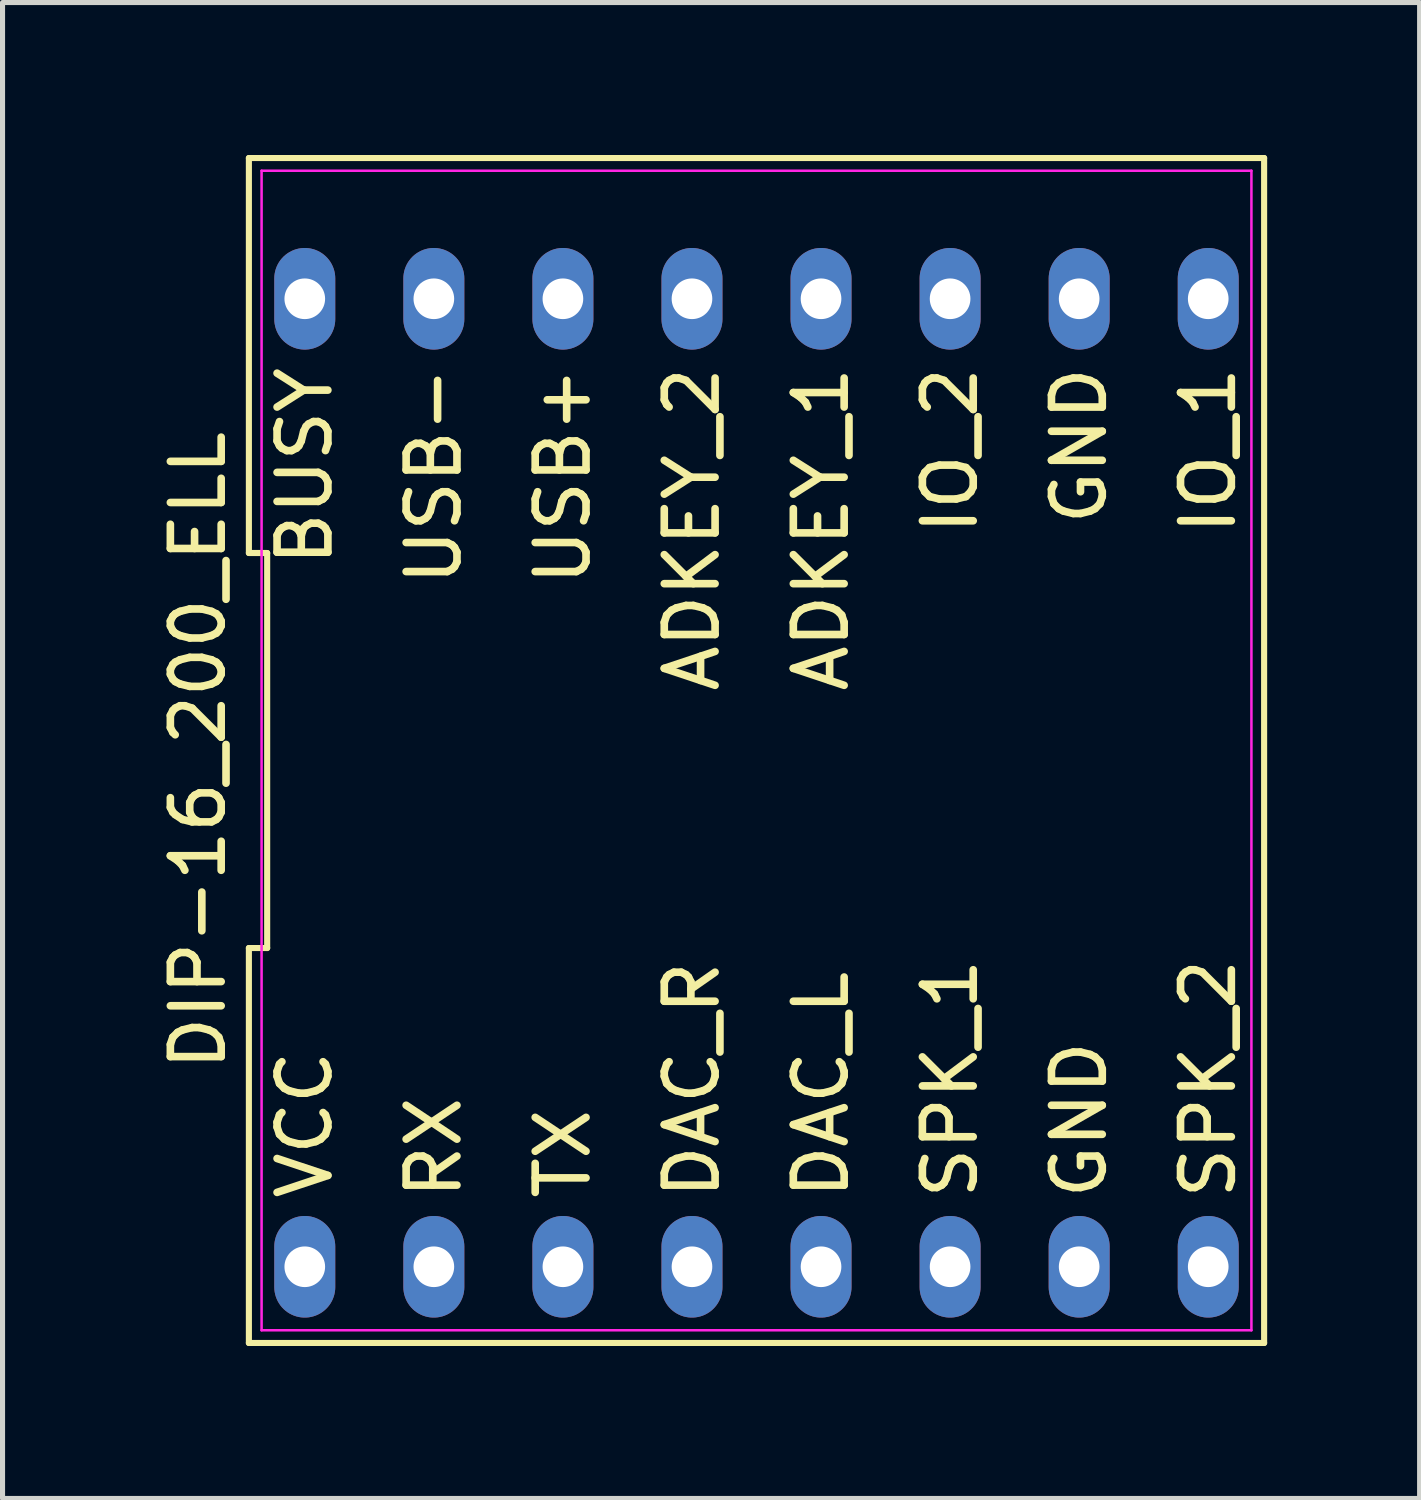
<source format=kicad_pcb>
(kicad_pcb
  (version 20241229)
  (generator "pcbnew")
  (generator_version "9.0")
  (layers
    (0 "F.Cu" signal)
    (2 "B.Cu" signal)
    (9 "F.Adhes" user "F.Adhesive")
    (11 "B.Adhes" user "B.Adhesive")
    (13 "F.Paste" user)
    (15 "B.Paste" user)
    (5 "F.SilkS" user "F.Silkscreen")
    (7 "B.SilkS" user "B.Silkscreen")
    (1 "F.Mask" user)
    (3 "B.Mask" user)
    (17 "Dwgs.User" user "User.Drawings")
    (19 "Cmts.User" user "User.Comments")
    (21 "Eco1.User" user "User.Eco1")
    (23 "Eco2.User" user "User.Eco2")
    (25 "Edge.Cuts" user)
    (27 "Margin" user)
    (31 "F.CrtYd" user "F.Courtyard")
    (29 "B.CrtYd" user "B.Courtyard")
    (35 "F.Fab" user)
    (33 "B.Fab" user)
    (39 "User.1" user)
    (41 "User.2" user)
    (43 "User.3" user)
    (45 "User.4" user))
  (footprint "DIP-16_200_ELL"
    (layer "F.Cu")
    (at 11.838 11.72)
    (property "Reference" "DIP-16_200_ELL" (at -10.99 0 90) (layer "F.SilkS") (effects (font (size 1 1) (thickness 0.15))))
    (attr through_hole)
    (fp_line (start -9.99 -11.66) (end -9.99 -3.887) (stroke (width 0.12) (type solid)) (layer "F.SilkS"))
    (fp_line (start -9.99 -3.887) (end -9.63 -3.887) (stroke (width 0.12) (type solid)) (layer "F.SilkS"))
    (fp_line (start -9.99 3.887) (end -9.99 11.66) (stroke (width 0.12) (type solid)) (layer "F.SilkS"))
    (fp_line (start -9.99 11.66) (end 9.99 11.66) (stroke (width 0.12) (type solid)) (layer "F.SilkS"))
    (fp_line (start -9.63 -3.887) (end -9.63 3.887) (stroke (width 0.12) (type solid)) (layer "F.SilkS"))
    (fp_line (start -9.63 3.887) (end -9.99 3.887) (stroke (width 0.12) (type solid)) (layer "F.SilkS"))
    (fp_line (start 9.99 -11.66) (end -9.99 -11.66) (stroke (width 0.12) (type solid)) (layer "F.SilkS"))
    (fp_line (start 9.99 11.66) (end 9.99 -11.66) (stroke (width 0.12) (type solid)) (layer "F.SilkS"))
    (fp_line (start -9.74 -11.41) (end 9.74 -11.41) (stroke (width 0.05) (type solid)) (layer "F.CrtYd"))
    (fp_line (start -9.74 11.41) (end -9.74 -11.41) (stroke (width 0.05) (type solid)) (layer "F.CrtYd"))
    (fp_line (start 9.74 -11.41) (end 9.74 11.41) (stroke (width 0.05) (type solid)) (layer "F.CrtYd"))
    (fp_line (start 9.74 11.41) (end -9.74 11.41) (stroke (width 0.05) (type solid)) (layer "F.CrtYd"))
    (fp_text user "RX" (at -6.35 8.89 90) (unlocked yes) (layer "F.SilkS") (effects (font (size 1 1) (thickness 0.15)) (justify left)))
    (fp_text user "ADKEY_1" (at 1.27 -7.62 90) (unlocked yes) (layer "F.SilkS") (effects (font (size 1 1) (thickness 0.15)) (justify right)))
    (fp_text user "IO_2" (at 3.81 -7.62 90) (unlocked yes) (layer "F.SilkS") (effects (font (size 1 1) (thickness 0.15)) (justify right)))
    (fp_text user "GND" (at 6.35 -7.62 90) (unlocked yes) (layer "F.SilkS") (effects (font (size 1 1) (thickness 0.15)) (justify right)))
    (fp_text user "TX" (at -3.81 8.89 90) (unlocked yes) (layer "F.SilkS") (effects (font (size 1 1) (thickness 0.15)) (justify left)))
    (fp_text user "IO_1" (at 8.89 -7.62 90) (unlocked yes) (layer "F.SilkS") (effects (font (size 1 1) (thickness 0.15)) (justify right)))
    (fp_text user "VCC" (at -8.89 8.89 90) (unlocked yes) (layer "F.SilkS") (effects (font (size 1 1) (thickness 0.15)) (justify left)))
    (fp_text user "ADKEY_2" (at -1.27 -7.62 90) (unlocked yes) (layer "F.SilkS") (effects (font (size 1 1) (thickness 0.15)) (justify right)))
    (fp_text user "USB+" (at -3.81 -7.62 90) (unlocked yes) (layer "F.SilkS") (effects (font (size 1 1) (thickness 0.15)) (justify right)))
    (fp_text user "SPK_2" (at 8.89 8.89 90) (unlocked yes) (layer "F.SilkS") (effects (font (size 1 1) (thickness 0.15)) (justify left)))
    (fp_text user "DAC_L" (at 1.27 8.89 90) (unlocked yes) (layer "F.SilkS") (effects (font (size 1 1) (thickness 0.15)) (justify left)))
    (fp_text user "BUSY" (at -8.89 -7.62 90) (unlocked yes) (layer "F.SilkS") (effects (font (size 1 1) (thickness 0.15)) (justify right)))
    (fp_text user "GND" (at 6.35 8.89 90) (unlocked yes) (layer "F.SilkS") (effects (font (size 1 1) (thickness 0.15)) (justify left)))
    (fp_text user "SPK_1" (at 3.81 8.89 90) (unlocked yes) (layer "F.SilkS") (effects (font (size 1 1) (thickness 0.15)) (justify left)))
    (fp_text user "USB-" (at -6.35 -7.62 90) (unlocked yes) (layer "F.SilkS") (effects (font (size 1 1) (thickness 0.15)) (justify right)))
    (fp_text user "DAC_R" (at -1.27 8.89 90) (unlocked yes) (layer "F.SilkS") (effects (font (size 1 1) (thickness 0.15)) (justify left)))
    (pad "1" thru_hole oval (at -8.89 10.16) (size 1.2 2) (drill 0.8) (layers "*.Cu" "*.Mask"))
    (pad "2" thru_hole oval (at -6.35 10.16) (size 1.2 2) (drill 0.8) (layers "*.Cu" "*.Mask"))
    (pad "3" thru_hole oval (at -3.81 10.16) (size 1.2 2) (drill 0.8) (layers "*.Cu" "*.Mask"))
    (pad "4" thru_hole oval (at -1.27 10.16) (size 1.2 2) (drill 0.8) (layers "*.Cu" "*.Mask"))
    (pad "5" thru_hole oval (at 1.27 10.16) (size 1.2 2) (drill 0.8) (layers "*.Cu" "*.Mask"))
    (pad "6" thru_hole oval (at 3.81 10.16) (size 1.2 2) (drill 0.8) (layers "*.Cu" "*.Mask"))
    (pad "7" thru_hole oval (at 6.35 10.16) (size 1.2 2) (drill 0.8) (layers "*.Cu" "*.Mask"))
    (pad "8" thru_hole oval (at 8.89 10.16) (size 1.2 2) (drill 0.8) (layers "*.Cu" "*.Mask"))
    (pad "9" thru_hole oval (at -8.89 -8.89) (size 1.2 2) (drill 0.8) (layers "*.Cu" "*.Mask"))
    (pad "10" thru_hole oval (at -6.35 -8.89) (size 1.2 2) (drill 0.8) (layers "*.Cu" "*.Mask"))
    (pad "11" thru_hole oval (at -3.81 -8.89) (size 1.2 2) (drill 0.8) (layers "*.Cu" "*.Mask"))
    (pad "12" thru_hole oval (at -1.27 -8.89) (size 1.2 2) (drill 0.8) (layers "*.Cu" "*.Mask"))
    (pad "13" thru_hole oval (at 1.27 -8.89) (size 1.2 2) (drill 0.8) (layers "*.Cu" "*.Mask"))
    (pad "14" thru_hole oval (at 3.81 -8.89) (size 1.2 2) (drill 0.8) (layers "*.Cu" "*.Mask"))
    (pad "15" thru_hole oval (at 6.35 -8.89) (size 1.2 2) (drill 0.8) (layers "*.Cu" "*.Mask"))
    (pad "16" thru_hole oval (at 8.89 -8.89) (size 1.2 2) (drill 0.8) (layers "*.Cu" "*.Mask")))
  (gr_rect
    (start -3 -3)
    (end 24.888 26.44)
    (stroke (width 0.1) (type default))
    (fill no)
    (layer "Edge.Cuts")))
</source>
